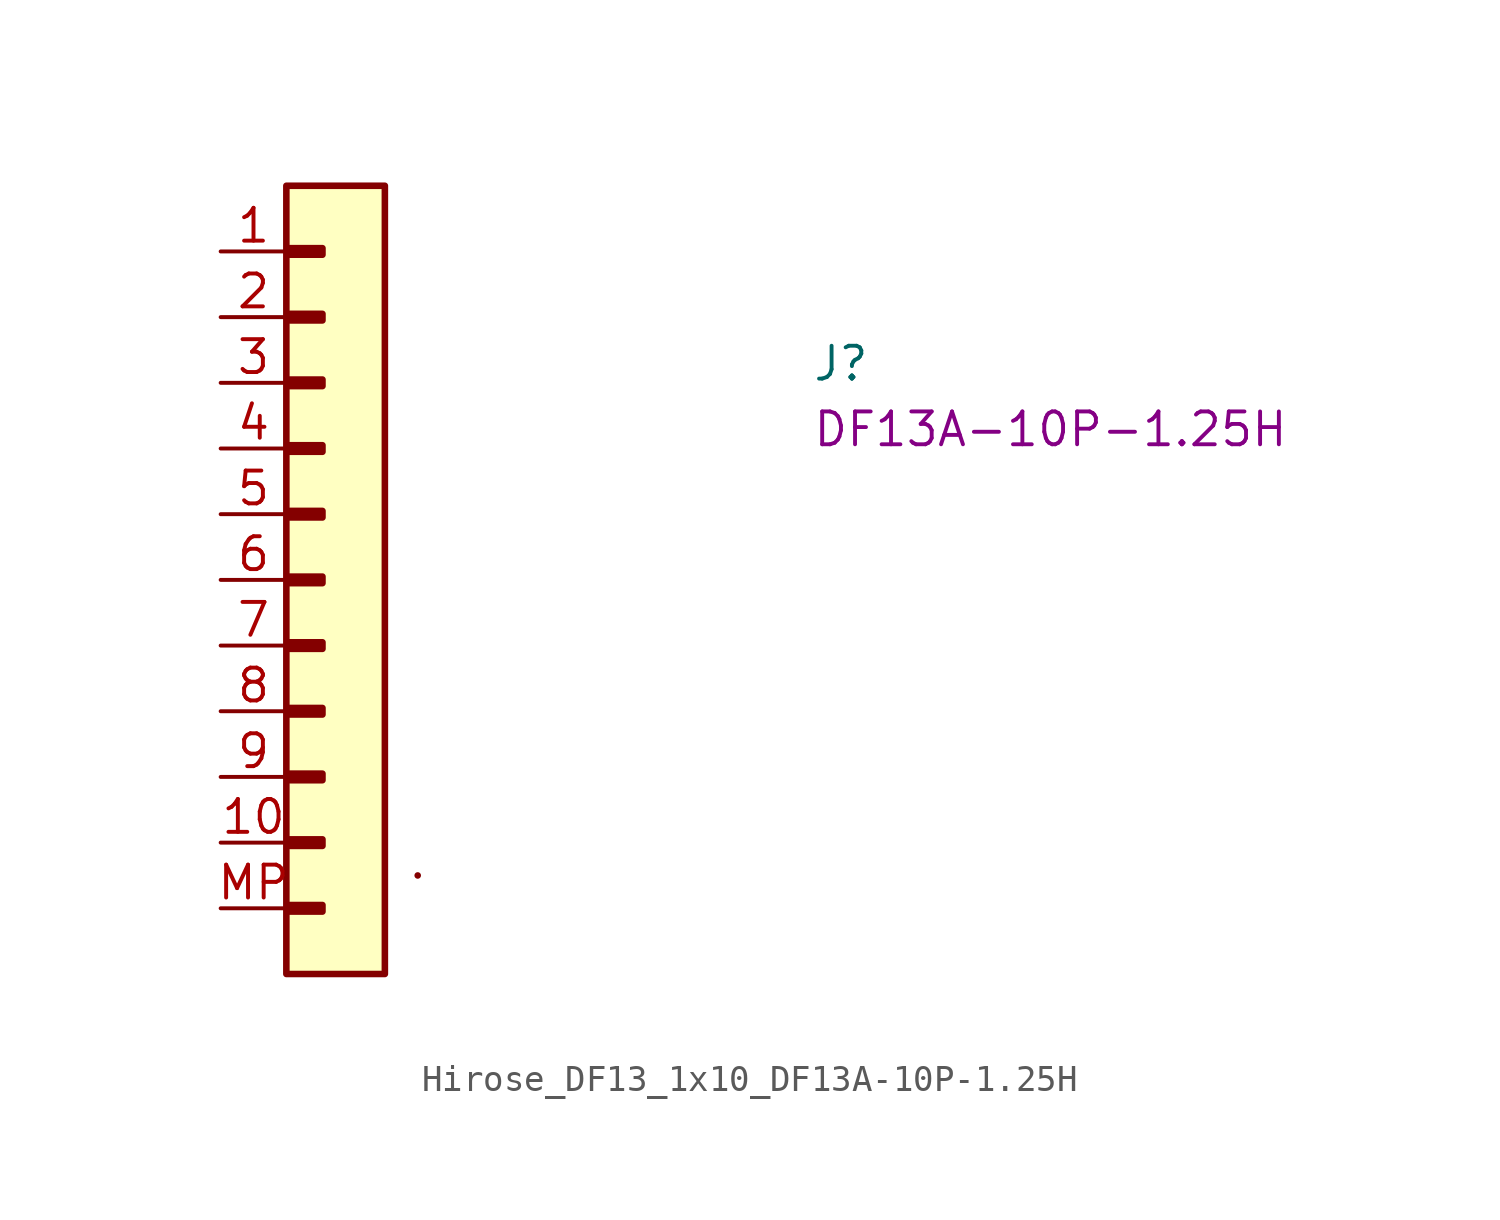
<source format=kicad_sym>
(kicad_symbol_lib
  (version 20220914)
  (generator kicad_symbol_editor)
  (symbol "Hirose_DF13_1x10_DF13A-10P-1.25H"
    (pin_names hide)
    (property "Reference" "J"
      (at 22.86 -5.08 0)
      (effects (font (size 1.27 1.27) (thickness 0.15)) (justify left bottom)))
    (property "MPN" "DF13A-10P-1.25H"
      (at 22.86 -7.62 0)
      (effects (font (size 1.27 1.27) (thickness 0.15)) (justify left bottom)))
    (symbol "Hirose_DF13_1x10_DF13A-10P-1.25H_1_1"
      (rectangle (start 2.54 2.54) (end 6.35 -27.94) (stroke (width 0.254) (type default)) (fill (type background)))
      (rectangle (start 2.667 -25.273) (end 3.937 -25.527) (stroke (width 0.254) (type default)) (fill (type background)))
      (rectangle (start 2.667 -22.733) (end 3.937 -22.987) (stroke (width 0.254) (type default)) (fill (type background)))
      (rectangle (start 2.667 -20.193) (end 3.937 -20.447) (stroke (width 0.254) (type default)) (fill (type background)))
      (rectangle (start 2.667 -17.653) (end 3.937 -17.907) (stroke (width 0.254) (type default)) (fill (type background)))
      (rectangle (start 2.667 -15.113) (end 3.937 -15.367) (stroke (width 0.254) (type default)) (fill (type background)))
      (rectangle (start 2.667 -12.573) (end 3.937 -12.827) (stroke (width 0.254) (type default)) (fill (type background)))
      (rectangle (start 2.667 -10.033) (end 3.937 -10.287) (stroke (width 0.254) (type default)) (fill (type background)))
      (rectangle (start 2.667 -7.493) (end 3.937 -7.747) (stroke (width 0.254) (type default)) (fill (type background)))
      (rectangle (start 2.667 -4.953) (end 3.937 -5.207) (stroke (width 0.254) (type default)) (fill (type background)))
      (rectangle (start 2.667 -2.413) (end 3.937 -2.667) (stroke (width 0.254) (type default)) (fill (type background)))
      (rectangle (start 2.667 0.127) (end 3.937 -0.127) (stroke (width 0.254) (type default)) (fill (type background)))
      (rectangle (start 7.62 -24.13) (end 7.62 -24.13) (stroke (width 0.254) (type default)) (fill (type background)))
      (pin passive line (at 0 0 0) (length 2.54) (name "1" (effects (font (size 1.27 1.27)))) (number "1" (effects (font (size 1.27 1.27)))))
      (pin passive line (at 0 -22.86 0) (length 2.54) (name "10" (effects (font (size 1.27 1.27)))) (number "10" (effects (font (size 1.27 1.27)))))
      (pin passive line (at 0 -2.54 0) (length 2.54) (name "2" (effects (font (size 1.27 1.27)))) (number "2" (effects (font (size 1.27 1.27)))))
      (pin passive line (at 0 -5.08 0) (length 2.54) (name "3" (effects (font (size 1.27 1.27)))) (number "3" (effects (font (size 1.27 1.27)))))
      (pin passive line (at 0 -7.62 0) (length 2.54) (name "4" (effects (font (size 1.27 1.27)))) (number "4" (effects (font (size 1.27 1.27)))))
      (pin passive line (at 0 -10.16 0) (length 2.54) (name "5" (effects (font (size 1.27 1.27)))) (number "5" (effects (font (size 1.27 1.27)))))
      (pin passive line (at 0 -12.7 0) (length 2.54) (name "6" (effects (font (size 1.27 1.27)))) (number "6" (effects (font (size 1.27 1.27)))))
      (pin passive line (at 0 -15.24 0) (length 2.54) (name "7" (effects (font (size 1.27 1.27)))) (number "7" (effects (font (size 1.27 1.27)))))
      (pin passive line (at 0 -17.78 0) (length 2.54) (name "8" (effects (font (size 1.27 1.27)))) (number "8" (effects (font (size 1.27 1.27)))))
      (pin passive line (at 0 -20.32 0) (length 2.54) (name "9" (effects (font (size 1.27 1.27)))) (number "9" (effects (font (size 1.27 1.27)))))
      (pin passive line (at 0 -25.4 0) (length 2.54) (name "MP" (effects (font (size 1.27 1.27)))) (number "MP" (effects (font (size 1.27 1.27))))))))
</source>
